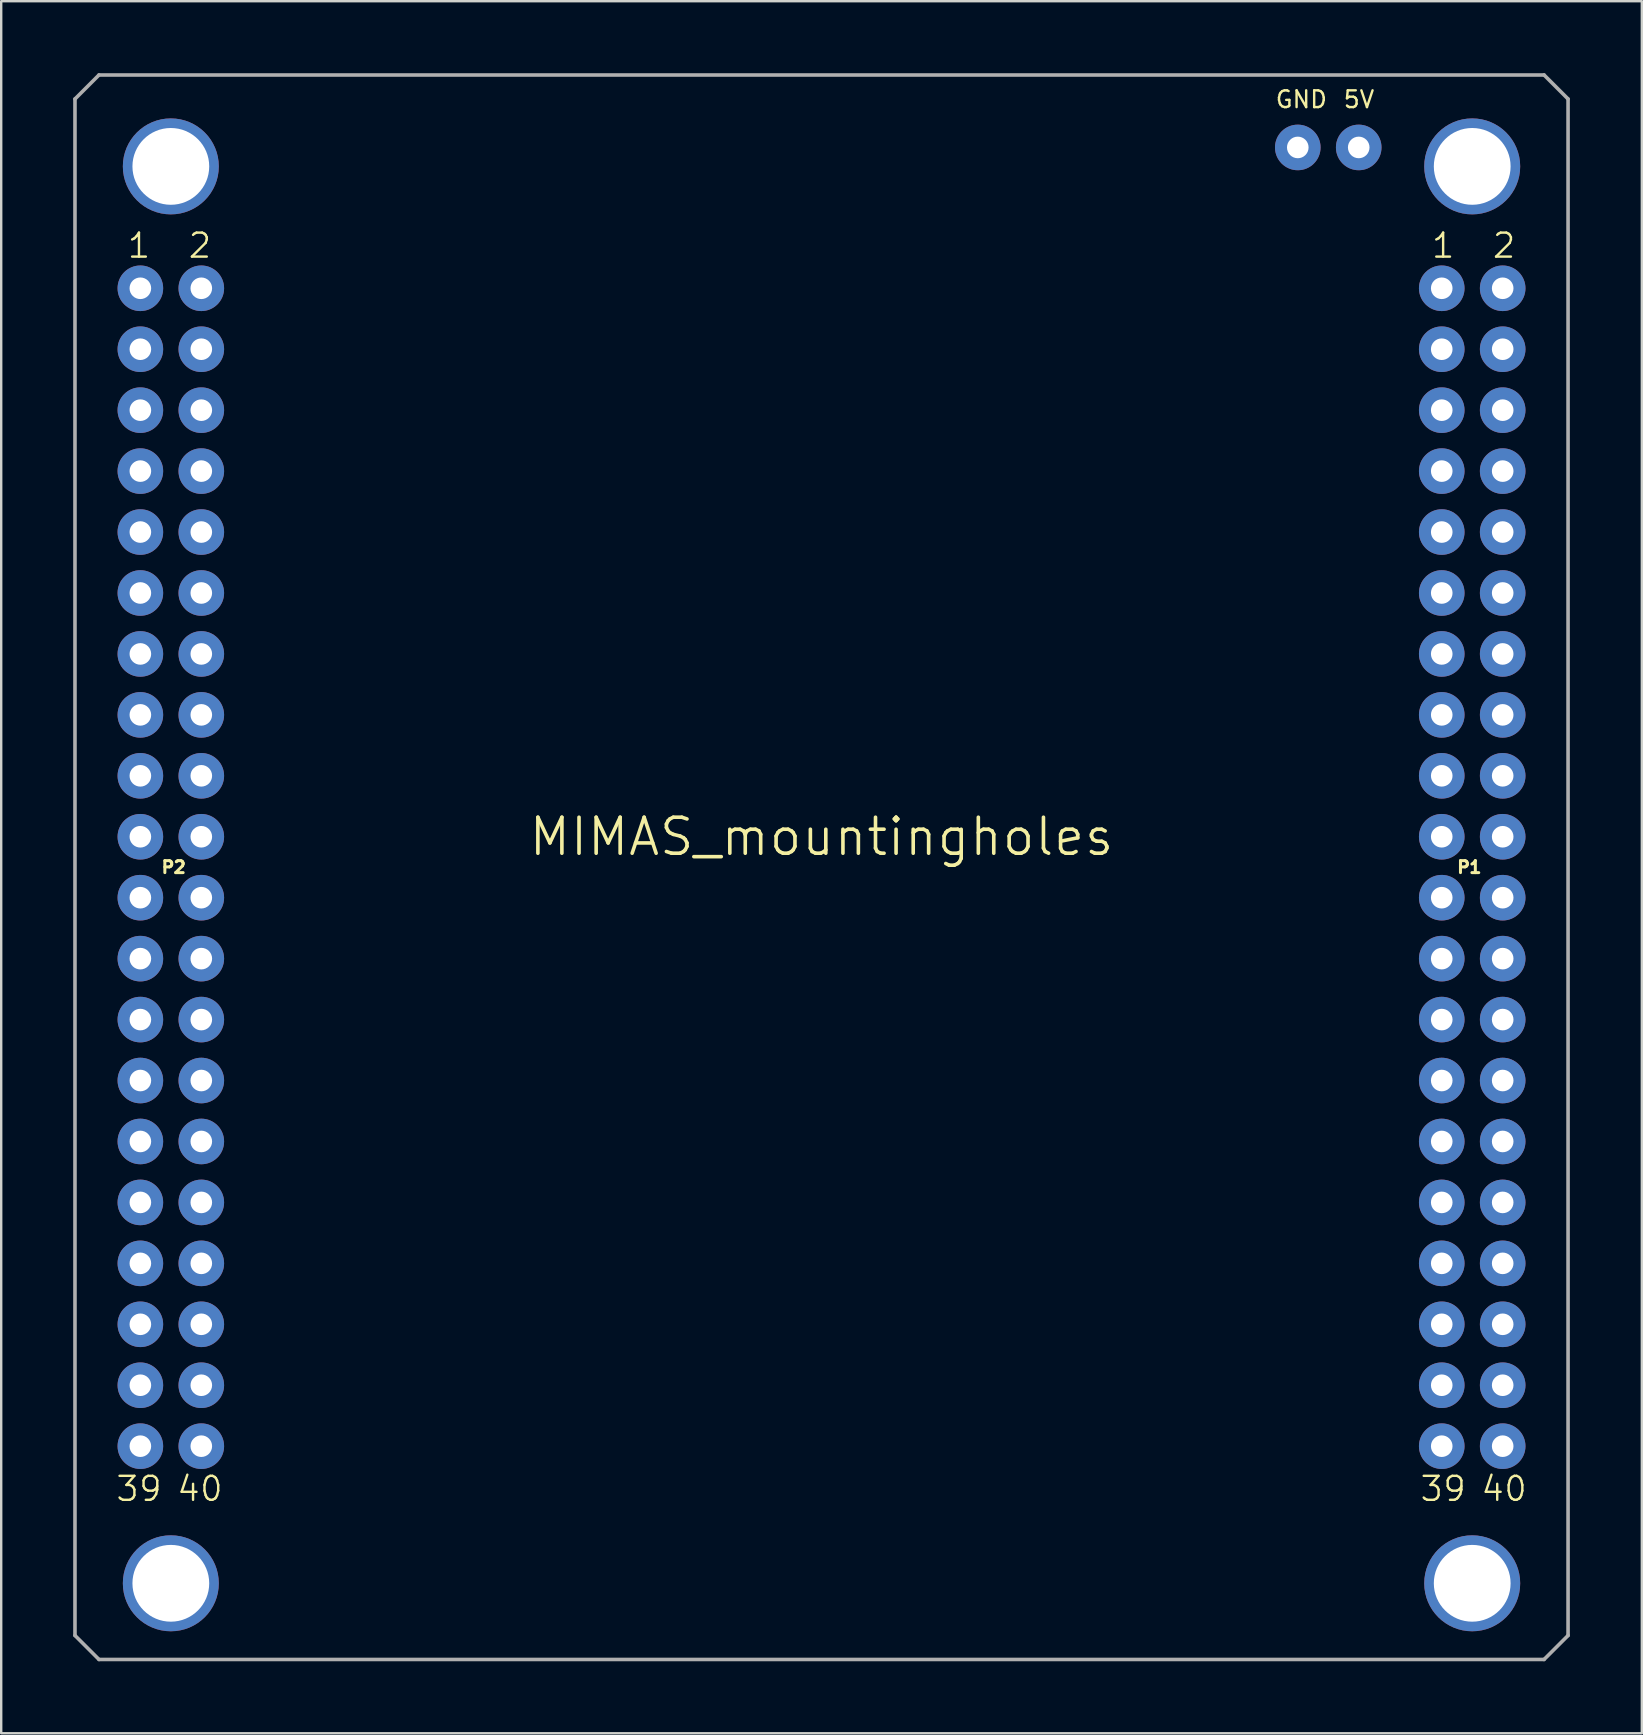
<source format=kicad_pcb>
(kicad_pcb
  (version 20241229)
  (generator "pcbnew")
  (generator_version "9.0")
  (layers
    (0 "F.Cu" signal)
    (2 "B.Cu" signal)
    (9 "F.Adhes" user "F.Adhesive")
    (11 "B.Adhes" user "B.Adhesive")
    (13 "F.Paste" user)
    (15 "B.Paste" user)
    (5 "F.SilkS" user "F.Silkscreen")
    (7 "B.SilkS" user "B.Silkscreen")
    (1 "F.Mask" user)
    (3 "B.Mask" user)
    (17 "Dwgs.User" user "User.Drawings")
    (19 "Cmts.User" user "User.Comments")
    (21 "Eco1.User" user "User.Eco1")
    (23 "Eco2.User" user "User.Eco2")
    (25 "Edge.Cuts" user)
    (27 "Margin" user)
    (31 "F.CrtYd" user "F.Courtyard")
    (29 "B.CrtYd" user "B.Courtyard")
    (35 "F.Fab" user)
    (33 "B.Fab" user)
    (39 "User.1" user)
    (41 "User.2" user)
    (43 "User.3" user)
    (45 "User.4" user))
  (footprint "MIMAS_mountingholes"
    (layer "F.Cu")
    (at 31.19 33.095)
    (property "Reference" "MIMAS_mountingholes" (at 0 -1.27 0) (layer "F.SilkS") (effects (font (size 1.5 1.5) (thickness 0.15))))
    (attr through_hole)
    (fp_line (start -31.115 -32.02) (end -30.115 -33.02) (stroke (width 0.15) (type solid)) (layer "F.Fab"))
    (fp_line (start -31.115 32.02) (end -31.115 -32.02) (stroke (width 0.15) (type solid)) (layer "F.Fab"))
    (fp_line (start -31.115 32.02) (end -30.115 33.02) (stroke (width 0.15) (type solid)) (layer "F.Fab"))
    (fp_line (start -30.115 -33.02) (end 30.115 -33.02) (stroke (width 0.15) (type solid)) (layer "F.Fab"))
    (fp_line (start 30.115 -33.02) (end 31.115 -32.02) (stroke (width 0.15) (type solid)) (layer "F.Fab"))
    (fp_line (start 30.115 33.02) (end -30.115 33.02) (stroke (width 0.15) (type solid)) (layer "F.Fab"))
    (fp_line (start 30.115 33.02) (end 31.115 32.02) (stroke (width 0.15) (type solid)) (layer "F.Fab"))
    (fp_line (start 31.115 -32.02) (end 31.115 32.02) (stroke (width 0.15) (type solid)) (layer "F.Fab"))
    (fp_text user "1" (at -28.448 -25.908 0) (layer "F.SilkS") (effects (font (size 1 1) (thickness 0.1))))
    (fp_text user "2" (at 28.448 -25.908 0) (layer "F.SilkS") (effects (font (size 1 1) (thickness 0.1))))
    (fp_text user "P2" (at -27 0 0) (layer "F.SilkS") (effects (font (size 0.5 0.5) (thickness 0.125))))
    (fp_text user "P1" (at 27 0 0) (layer "F.SilkS") (effects (font (size 0.5 0.5) (thickness 0.125))))
    (fp_text user "5V" (at 22.4 -32 0) (layer "F.SilkS") (effects (font (size 0.7 0.7) (thickness 0.1))))
    (fp_text user "40" (at 28.448 25.908 0) (layer "F.SilkS") (effects (font (size 1 1) (thickness 0.1))))
    (fp_text user "39" (at 25.908 25.908 0) (layer "F.SilkS") (effects (font (size 1 1) (thickness 0.1))))
    (fp_text user "1" (at 25.908 -25.908 0) (layer "F.SilkS") (effects (font (size 1 1) (thickness 0.1))))
    (fp_text user "GND" (at 20 -32 0) (layer "F.SilkS") (effects (font (size 0.7 0.7) (thickness 0.1))))
    (fp_text user "39" (at -28.448 25.908 0) (layer "F.SilkS") (effects (font (size 1 1) (thickness 0.1))))
    (fp_text user "40" (at -25.908 25.908 0) (layer "F.SilkS") (effects (font (size 1 1) (thickness 0.1))))
    (fp_text user "2" (at -25.908 -25.908 0) (layer "F.SilkS") (effects (font (size 1 1) (thickness 0.1))))
    (pad "" thru_hole circle (at -27.12 -29.21) (size 4 4) (drill 3.2) (layers "*.Cu" "*.Mask"))
    (pad "" thru_hole circle (at -27.12 29.845) (size 4 4) (drill 3.2) (layers "*.Cu" "*.Mask"))
    (pad "" thru_hole circle (at 27.12 -29.21) (size 4 4) (drill 3.2) (layers "*.Cu" "*.Mask"))
    (pad "" thru_hole circle (at 27.12 29.845) (size 4 4) (drill 3.2) (layers "*.Cu" "*.Mask"))
    (pad "1-1" thru_hole circle (at 25.85 -24.13) (size 1.9 1.9) (drill 0.9) (layers "*.Cu" "*.Mask"))
    (pad "1-2" thru_hole circle (at 28.39 -24.13) (size 1.9 1.9) (drill 0.9) (layers "*.Cu" "*.Mask"))
    (pad "1-3" thru_hole circle (at 25.85 -21.59) (size 1.9 1.9) (drill 0.9) (layers "*.Cu" "*.Mask"))
    (pad "1-4" thru_hole circle (at 28.39 -21.59) (size 1.9 1.9) (drill 0.9) (layers "*.Cu" "*.Mask"))
    (pad "1-5" thru_hole circle (at 25.85 -19.05) (size 1.9 1.9) (drill 0.9) (layers "*.Cu" "*.Mask"))
    (pad "1-6" thru_hole circle (at 28.39 -19.05) (size 1.9 1.9) (drill 0.9) (layers "*.Cu" "*.Mask"))
    (pad "1-7" thru_hole circle (at 25.85 -16.51) (size 1.9 1.9) (drill 0.9) (layers "*.Cu" "*.Mask"))
    (pad "1-8" thru_hole circle (at 28.39 -16.51) (size 1.9 1.9) (drill 0.9) (layers "*.Cu" "*.Mask"))
    (pad "1-9" thru_hole circle (at 25.85 -13.97) (size 1.9 1.9) (drill 0.9) (layers "*.Cu" "*.Mask"))
    (pad "1-10" thru_hole circle (at 28.39 -13.97) (size 1.9 1.9) (drill 0.9) (layers "*.Cu" "*.Mask"))
    (pad "1-11" thru_hole circle (at 25.85 -11.43) (size 1.9 1.9) (drill 0.9) (layers "*.Cu" "*.Mask"))
    (pad "1-12" thru_hole circle (at 28.39 -11.43) (size 1.9 1.9) (drill 0.9) (layers "*.Cu" "*.Mask"))
    (pad "1-13" thru_hole circle (at 25.85 -8.89) (size 1.9 1.9) (drill 0.9) (layers "*.Cu" "*.Mask"))
    (pad "1-14" thru_hole circle (at 28.39 -8.89) (size 1.9 1.9) (drill 0.9) (layers "*.Cu" "*.Mask"))
    (pad "1-15" thru_hole circle (at 25.85 -6.35) (size 1.9 1.9) (drill 0.9) (layers "*.Cu" "*.Mask"))
    (pad "1-16" thru_hole circle (at 28.39 -6.35) (size 1.9 1.9) (drill 0.9) (layers "*.Cu" "*.Mask"))
    (pad "1-17" thru_hole circle (at 25.85 -3.81) (size 1.9 1.9) (drill 0.9) (layers "*.Cu" "*.Mask"))
    (pad "1-18" thru_hole circle (at 28.39 -3.81) (size 1.9 1.9) (drill 0.9) (layers "*.Cu" "*.Mask"))
    (pad "1-19" thru_hole circle (at 25.85 -1.27) (size 1.9 1.9) (drill 0.9) (layers "*.Cu" "*.Mask"))
    (pad "1-20" thru_hole circle (at 28.39 -1.27) (size 1.9 1.9) (drill 0.9) (layers "*.Cu" "*.Mask"))
    (pad "1-21" thru_hole circle (at 25.85 1.27) (size 1.9 1.9) (drill 0.9) (layers "*.Cu" "*.Mask"))
    (pad "1-22" thru_hole circle (at 28.39 1.27) (size 1.9 1.9) (drill 0.9) (layers "*.Cu" "*.Mask"))
    (pad "1-23" thru_hole circle (at 25.85 3.81) (size 1.9 1.9) (drill 0.9) (layers "*.Cu" "*.Mask"))
    (pad "1-24" thru_hole circle (at 28.39 3.81) (size 1.9 1.9) (drill 0.9) (layers "*.Cu" "*.Mask"))
    (pad "1-25" thru_hole circle (at 25.85 6.35) (size 1.9 1.9) (drill 0.9) (layers "*.Cu" "*.Mask"))
    (pad "1-26" thru_hole circle (at 28.39 6.35) (size 1.9 1.9) (drill 0.9) (layers "*.Cu" "*.Mask"))
    (pad "1-27" thru_hole circle (at 25.85 8.89) (size 1.9 1.9) (drill 0.9) (layers "*.Cu" "*.Mask"))
    (pad "1-28" thru_hole circle (at 28.39 8.89) (size 1.9 1.9) (drill 0.9) (layers "*.Cu" "*.Mask"))
    (pad "1-29" thru_hole circle (at 25.85 11.43) (size 1.9 1.9) (drill 0.9) (layers "*.Cu" "*.Mask"))
    (pad "1-30" thru_hole circle (at 28.39 11.43) (size 1.9 1.9) (drill 0.9) (layers "*.Cu" "*.Mask"))
    (pad "1-31" thru_hole circle (at 25.85 13.97) (size 1.9 1.9) (drill 0.9) (layers "*.Cu" "*.Mask"))
    (pad "1-32" thru_hole circle (at 28.39 13.97) (size 1.9 1.9) (drill 0.9) (layers "*.Cu" "*.Mask"))
    (pad "1-33" thru_hole circle (at 25.85 16.51) (size 1.9 1.9) (drill 0.9) (layers "*.Cu" "*.Mask"))
    (pad "1-34" thru_hole circle (at 28.39 16.51) (size 1.9 1.9) (drill 0.9) (layers "*.Cu" "*.Mask"))
    (pad "1-35" thru_hole circle (at 25.85 19.05) (size 1.9 1.9) (drill 0.9) (layers "*.Cu" "*.Mask"))
    (pad "1-36" thru_hole circle (at 28.39 19.05) (size 1.9 1.9) (drill 0.9) (layers "*.Cu" "*.Mask"))
    (pad "1-37" thru_hole circle (at 25.85 21.59) (size 1.9 1.9) (drill 0.9) (layers "*.Cu" "*.Mask"))
    (pad "1-38" thru_hole circle (at 28.39 21.59) (size 1.9 1.9) (drill 0.9) (layers "*.Cu" "*.Mask"))
    (pad "1-39" thru_hole circle (at 25.85 24.13) (size 1.9 1.9) (drill 0.9) (layers "*.Cu" "*.Mask"))
    (pad "1-40" thru_hole circle (at 28.39 24.13) (size 1.9 1.9) (drill 0.9) (layers "*.Cu" "*.Mask"))
    (pad "2-1" thru_hole circle (at -28.39 -24.13) (size 1.9 1.9) (drill 0.9) (layers "*.Cu" "*.Mask"))
    (pad "2-2" thru_hole circle (at -25.85 -24.13) (size 1.9 1.9) (drill 0.9) (layers "*.Cu" "*.Mask"))
    (pad "2-3" thru_hole circle (at -28.39 -21.59) (size 1.9 1.9) (drill 0.9) (layers "*.Cu" "*.Mask"))
    (pad "2-4" thru_hole circle (at -25.85 -21.59) (size 1.9 1.9) (drill 0.9) (layers "*.Cu" "*.Mask"))
    (pad "2-5" thru_hole circle (at -28.39 -19.05) (size 1.9 1.9) (drill 0.9) (layers "*.Cu" "*.Mask"))
    (pad "2-6" thru_hole circle (at -25.85 -19.05) (size 1.9 1.9) (drill 0.9) (layers "*.Cu" "*.Mask"))
    (pad "2-7" thru_hole circle (at -28.39 -16.51) (size 1.9 1.9) (drill 0.9) (layers "*.Cu" "*.Mask"))
    (pad "2-8" thru_hole circle (at -25.85 -16.51) (size 1.9 1.9) (drill 0.9) (layers "*.Cu" "*.Mask"))
    (pad "2-9" thru_hole circle (at -28.39 -13.97) (size 1.9 1.9) (drill 0.9) (layers "*.Cu" "*.Mask"))
    (pad "2-10" thru_hole circle (at -25.85 -13.97) (size 1.9 1.9) (drill 0.9) (layers "*.Cu" "*.Mask"))
    (pad "2-11" thru_hole circle (at -28.39 -11.43) (size 1.9 1.9) (drill 0.9) (layers "*.Cu" "*.Mask"))
    (pad "2-12" thru_hole circle (at -25.85 -11.43) (size 1.9 1.9) (drill 0.9) (layers "*.Cu" "*.Mask"))
    (pad "2-13" thru_hole circle (at -28.39 -8.89) (size 1.9 1.9) (drill 0.9) (layers "*.Cu" "*.Mask"))
    (pad "2-14" thru_hole circle (at -25.85 -8.89) (size 1.9 1.9) (drill 0.9) (layers "*.Cu" "*.Mask"))
    (pad "2-15" thru_hole circle (at -28.39 -6.35) (size 1.9 1.9) (drill 0.9) (layers "*.Cu" "*.Mask"))
    (pad "2-16" thru_hole circle (at -25.85 -6.35) (size 1.9 1.9) (drill 0.9) (layers "*.Cu" "*.Mask"))
    (pad "2-17" thru_hole circle (at -28.39 -3.81) (size 1.9 1.9) (drill 0.9) (layers "*.Cu" "*.Mask"))
    (pad "2-18" thru_hole circle (at -25.85 -3.81) (size 1.9 1.9) (drill 0.9) (layers "*.Cu" "*.Mask"))
    (pad "2-19" thru_hole circle (at -28.39 -1.27) (size 1.9 1.9) (drill 0.9) (layers "*.Cu" "*.Mask"))
    (pad "2-20" thru_hole circle (at -25.85 -1.27) (size 1.9 1.9) (drill 0.9) (layers "*.Cu" "*.Mask"))
    (pad "2-21" thru_hole circle (at -28.39 1.27) (size 1.9 1.9) (drill 0.9) (layers "*.Cu" "*.Mask"))
    (pad "2-22" thru_hole circle (at -25.85 1.27) (size 1.9 1.9) (drill 0.9) (layers "*.Cu" "*.Mask"))
    (pad "2-23" thru_hole circle (at -28.39 3.81) (size 1.9 1.9) (drill 0.9) (layers "*.Cu" "*.Mask"))
    (pad "2-24" thru_hole circle (at -25.85 3.81) (size 1.9 1.9) (drill 0.9) (layers "*.Cu" "*.Mask"))
    (pad "2-25" thru_hole circle (at -28.39 6.35) (size 1.9 1.9) (drill 0.9) (layers "*.Cu" "*.Mask"))
    (pad "2-26" thru_hole circle (at -25.85 6.35) (size 1.9 1.9) (drill 0.9) (layers "*.Cu" "*.Mask"))
    (pad "2-27" thru_hole circle (at -28.39 8.89) (size 1.9 1.9) (drill 0.9) (layers "*.Cu" "*.Mask"))
    (pad "2-28" thru_hole circle (at -25.85 8.89) (size 1.9 1.9) (drill 0.9) (layers "*.Cu" "*.Mask"))
    (pad "2-29" thru_hole circle (at -28.39 11.43) (size 1.9 1.9) (drill 0.9) (layers "*.Cu" "*.Mask"))
    (pad "2-30" thru_hole circle (at -25.85 11.43) (size 1.9 1.9) (drill 0.9) (layers "*.Cu" "*.Mask"))
    (pad "2-31" thru_hole circle (at -28.39 13.97) (size 1.9 1.9) (drill 0.9) (layers "*.Cu" "*.Mask"))
    (pad "2-32" thru_hole circle (at -25.85 13.97) (size 1.9 1.9) (drill 0.9) (layers "*.Cu" "*.Mask"))
    (pad "2-33" thru_hole circle (at -28.39 16.51) (size 1.9 1.9) (drill 0.9) (layers "*.Cu" "*.Mask"))
    (pad "2-34" thru_hole circle (at -25.85 16.51) (size 1.9 1.9) (drill 0.9) (layers "*.Cu" "*.Mask"))
    (pad "2-35" thru_hole circle (at -28.39 19.05) (size 1.9 1.9) (drill 0.9) (layers "*.Cu" "*.Mask"))
    (pad "2-36" thru_hole circle (at -25.85 19.05) (size 1.9 1.9) (drill 0.9) (layers "*.Cu" "*.Mask"))
    (pad "2-37" thru_hole circle (at -28.39 21.59) (size 1.9 1.9) (drill 0.9) (layers "*.Cu" "*.Mask"))
    (pad "2-38" thru_hole circle (at -25.85 21.59) (size 1.9 1.9) (drill 0.9) (layers "*.Cu" "*.Mask"))
    (pad "2-39" thru_hole circle (at -28.39 24.13) (size 1.9 1.9) (drill 0.9) (layers "*.Cu" "*.Mask"))
    (pad "2-40" thru_hole circle (at -25.85 24.13) (size 1.9 1.9) (drill 0.9) (layers "*.Cu" "*.Mask"))
    (pad "41" thru_hole circle (at 22.39 -30) (size 1.9 1.9) (drill 0.9) (layers "*.Cu" "*.Mask"))
    (pad "42" thru_hole circle (at 19.85 -30) (size 1.9 1.9) (drill 0.9) (layers "*.Cu" "*.Mask")))
  (gr_rect
    (start -3 -3)
    (end 65.38 69.19)
    (stroke (width 0.1) (type default))
    (fill no)
    (layer "Edge.Cuts")))
</source>
